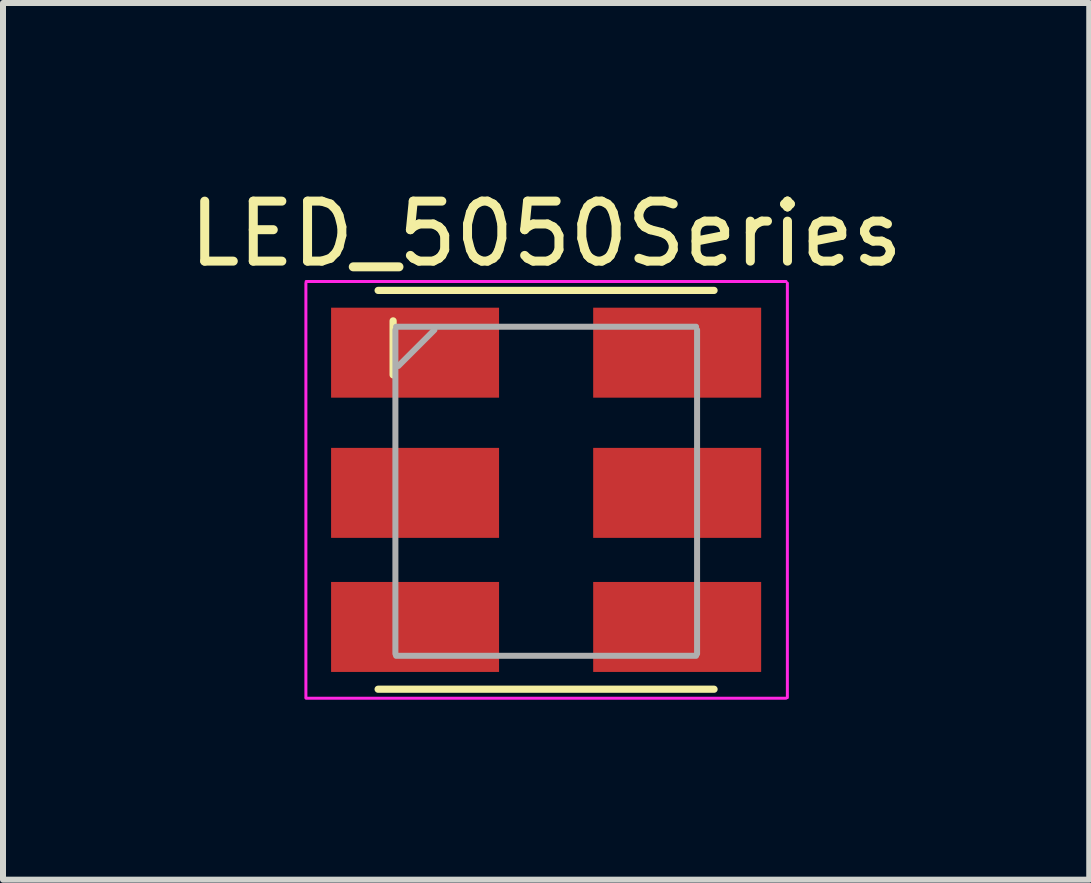
<source format=kicad_pcb>
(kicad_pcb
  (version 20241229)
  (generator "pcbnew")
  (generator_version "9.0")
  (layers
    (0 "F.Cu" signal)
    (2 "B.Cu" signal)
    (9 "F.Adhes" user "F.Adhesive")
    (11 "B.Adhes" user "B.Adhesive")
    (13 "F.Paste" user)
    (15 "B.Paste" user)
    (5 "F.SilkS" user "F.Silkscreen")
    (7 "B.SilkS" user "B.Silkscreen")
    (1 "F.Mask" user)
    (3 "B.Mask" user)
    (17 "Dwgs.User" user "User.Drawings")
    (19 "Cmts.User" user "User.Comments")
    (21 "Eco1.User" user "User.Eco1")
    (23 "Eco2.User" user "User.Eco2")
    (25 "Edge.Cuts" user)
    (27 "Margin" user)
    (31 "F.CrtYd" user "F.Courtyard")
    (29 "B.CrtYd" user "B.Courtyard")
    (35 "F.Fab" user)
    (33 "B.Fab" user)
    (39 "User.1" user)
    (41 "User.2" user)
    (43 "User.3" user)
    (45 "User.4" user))
  (footprint "LED_5050Series"
    (layer "F.Cu")
    (at 6.409 5.471)
    (property "Reference" "LED_5050Series" (at -0.356 -4.623 180) (layer "F.SilkS") (effects (font (size 1 1) (thickness 0.15))))
    (attr smd)
    (fp_line (start -3.156 2.968) (end 2.444 2.968) (stroke (width 0.12) (type solid)) (layer "F.SilkS"))
    (fp_line (start -2.906 -3.172) (end -2.906 -2.272) (stroke (width 0.12) (type solid)) (layer "F.SilkS"))
    (fp_line (start 2.444 -3.68) (end -3.156 -3.68) (stroke (width 0.12) (type solid)) (layer "F.SilkS"))
    (fp_line (start -4.36 -3.802) (end -4.36 3.108) (stroke (width 0.05) (type solid)) (layer "F.CrtYd"))
    (fp_line (start -4.356 -3.829) (end 3.644 -3.829) (stroke (width 0.05) (type solid)) (layer "F.CrtYd"))
    (fp_line (start -4.356 3.118) (end 3.644 3.118) (stroke (width 0.05) (type solid)) (layer "F.CrtYd"))
    (fp_line (start 3.666 -3.802) (end 3.666 3.108) (stroke (width 0.05) (type solid)) (layer "F.CrtYd"))
    (fp_line (start -2.868 -3.022) (end -2.868 2.378) (stroke (width 0.1) (type solid)) (layer "F.Fab"))
    (fp_line (start -2.856 -3.075) (end 2.144 -3.075) (stroke (width 0.1) (type solid)) (layer "F.Fab"))
    (fp_line (start -2.856 2.411) (end 2.144 2.411) (stroke (width 0.1) (type solid)) (layer "F.Fab"))
    (fp_line (start -2.818 -2.421) (end -2.218 -3.021) (stroke (width 0.1) (type solid)) (layer "F.Fab"))
    (fp_line (start 2.161 -3.022) (end 2.161 2.378) (stroke (width 0.1) (type solid)) (layer "F.Fab"))
    (pad "1" smd rect (at -2.54 -2.642 90) (size 1.5 2.8) (layers "F.Cu" "F.Mask" "F.Paste"))
    (pad "2" smd rect (at -2.54 -0.305 90) (size 1.5 2.8) (layers "F.Cu" "F.Mask" "F.Paste"))
    (pad "3" smd rect (at -2.54 1.93 90) (size 1.5 2.8) (layers "F.Cu" "F.Mask" "F.Paste"))
    (pad "4" smd rect (at 1.829 1.93 90) (size 1.5 2.8) (layers "F.Cu" "F.Mask" "F.Paste"))
    (pad "5" smd rect (at 1.829 -0.305 90) (size 1.5 2.8) (layers "F.Cu" "F.Mask" "F.Paste"))
    (pad "6" smd rect (at 1.829 -2.642 90) (size 1.5 2.8) (layers "F.Cu" "F.Mask" "F.Paste")))
  (gr_rect
    (start -3 -3)
    (end 15.107 11.614)
    (stroke (width 0.1) (type default))
    (fill no)
    (layer "Edge.Cuts")))
</source>
